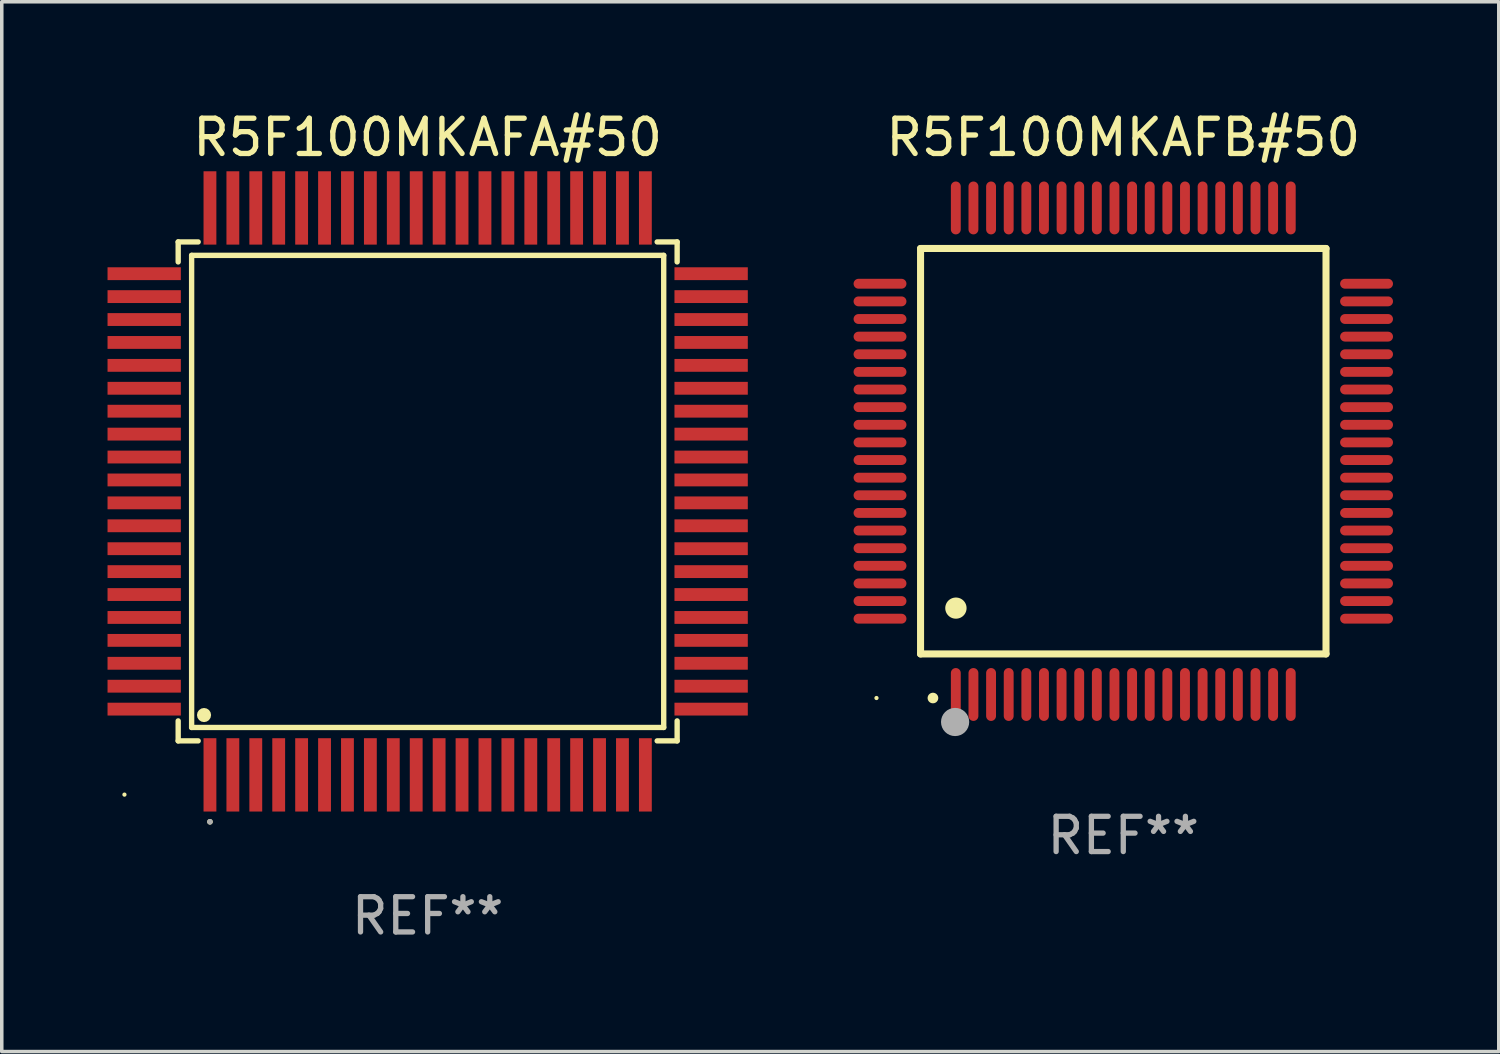
<source format=kicad_pcb>
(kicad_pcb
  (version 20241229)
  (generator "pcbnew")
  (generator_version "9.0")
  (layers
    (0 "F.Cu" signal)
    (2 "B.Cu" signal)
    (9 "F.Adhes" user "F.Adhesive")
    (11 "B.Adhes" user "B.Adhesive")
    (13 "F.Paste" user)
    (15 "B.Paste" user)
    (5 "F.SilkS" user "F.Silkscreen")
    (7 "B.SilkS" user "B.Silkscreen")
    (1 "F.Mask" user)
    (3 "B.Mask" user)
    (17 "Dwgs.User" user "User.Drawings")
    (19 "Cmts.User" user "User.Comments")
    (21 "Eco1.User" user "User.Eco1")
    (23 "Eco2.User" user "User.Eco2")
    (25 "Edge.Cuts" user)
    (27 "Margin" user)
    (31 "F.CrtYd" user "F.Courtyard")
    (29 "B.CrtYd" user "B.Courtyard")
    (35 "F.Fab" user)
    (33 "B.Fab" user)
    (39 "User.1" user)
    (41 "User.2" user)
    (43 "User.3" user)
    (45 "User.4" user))
  (footprint "R5F100MKAFA#50"
    (layer "F.Cu")
    (at 9.08 10.888)
    (property "Reference" "R5F100MKAFA#50" (at 0 -10.04 0) (layer "F.SilkS") (effects (font (size 1 1) (thickness 0.15))))
    (attr through_hole)
    (fp_line (start -7.076 -7.076) (end -7.076 -6.509) (stroke (width 0.152) (type solid)) (layer "F.SilkS"))
    (fp_line (start -7.076 7.076) (end -7.076 6.509) (stroke (width 0.152) (type solid)) (layer "F.SilkS"))
    (fp_line (start -6.695 -6.695) (end 6.695 -6.695) (stroke (width 0.152) (type solid)) (layer "F.SilkS"))
    (fp_line (start -6.695 6.695) (end -6.695 -6.695) (stroke (width 0.152) (type solid)) (layer "F.SilkS"))
    (fp_line (start -6.509 -7.076) (end -7.076 -7.076) (stroke (width 0.152) (type solid)) (layer "F.SilkS"))
    (fp_line (start -6.509 7.076) (end -7.076 7.076) (stroke (width 0.152) (type solid)) (layer "F.SilkS"))
    (fp_line (start 6.509 -7.076) (end 7.076 -7.076) (stroke (width 0.152) (type solid)) (layer "F.SilkS"))
    (fp_line (start 6.509 7.076) (end 7.076 7.076) (stroke (width 0.152) (type solid)) (layer "F.SilkS"))
    (fp_line (start 6.695 -6.695) (end 6.695 6.695) (stroke (width 0.152) (type solid)) (layer "F.SilkS"))
    (fp_line (start 6.695 6.695) (end -6.695 6.695) (stroke (width 0.152) (type solid)) (layer "F.SilkS"))
    (fp_line (start 7.076 -7.076) (end 7.076 -6.509) (stroke (width 0.152) (type solid)) (layer "F.SilkS"))
    (fp_line (start 7.076 7.076) (end 7.076 6.509) (stroke (width 0.152) (type solid)) (layer "F.SilkS"))
    (fp_circle (center -8.6 8.6) (end -8.57 8.6) (stroke (width 0.06) (type solid)) (fill no) (layer "F.SilkS"))
    (fp_circle (center -6.343 6.343) (end -6.243 6.343) (stroke (width 0.2) (type solid)) (fill no) (layer "F.SilkS"))
    (fp_circle (center -6.175 9.371) (end -6.135 9.371) (stroke (width 0.08) (type solid)) (fill no) (layer "F.SilkS"))
    (fp_circle (center -6.175 9.371) (end -6.135 9.371) (stroke (width 0.08) (type solid)) (fill no) (layer "F.Fab"))
    (fp_text user "REF**" (at 0 12.04 0) (layer "F.Fab") (effects (font (size 1 1) (thickness 0.15))))
    (pad "1" smd rect (at -6.175 8.04) (size 0.364 2.08) (layers "F.Cu" "F.Mask" "F.Paste"))
    (pad "2" smd rect (at -5.525 8.04) (size 0.364 2.08) (layers "F.Cu" "F.Mask" "F.Paste"))
    (pad "3" smd rect (at -4.875 8.04) (size 0.364 2.08) (layers "F.Cu" "F.Mask" "F.Paste"))
    (pad "4" smd rect (at -4.225 8.04) (size 0.364 2.08) (layers "F.Cu" "F.Mask" "F.Paste"))
    (pad "5" smd rect (at -3.575 8.04) (size 0.364 2.08) (layers "F.Cu" "F.Mask" "F.Paste"))
    (pad "6" smd rect (at -2.925 8.04) (size 0.364 2.08) (layers "F.Cu" "F.Mask" "F.Paste"))
    (pad "7" smd rect (at -2.275 8.04) (size 0.364 2.08) (layers "F.Cu" "F.Mask" "F.Paste"))
    (pad "8" smd rect (at -1.625 8.04) (size 0.364 2.08) (layers "F.Cu" "F.Mask" "F.Paste"))
    (pad "9" smd rect (at -0.975 8.04) (size 0.364 2.08) (layers "F.Cu" "F.Mask" "F.Paste"))
    (pad "10" smd rect (at -0.325 8.04) (size 0.364 2.08) (layers "F.Cu" "F.Mask" "F.Paste"))
    (pad "11" smd rect (at 0.325 8.04) (size 0.364 2.08) (layers "F.Cu" "F.Mask" "F.Paste"))
    (pad "12" smd rect (at 0.975 8.04) (size 0.364 2.08) (layers "F.Cu" "F.Mask" "F.Paste"))
    (pad "13" smd rect (at 1.625 8.04) (size 0.364 2.08) (layers "F.Cu" "F.Mask" "F.Paste"))
    (pad "14" smd rect (at 2.275 8.04) (size 0.364 2.08) (layers "F.Cu" "F.Mask" "F.Paste"))
    (pad "15" smd rect (at 2.925 8.04) (size 0.364 2.08) (layers "F.Cu" "F.Mask" "F.Paste"))
    (pad "16" smd rect (at 3.575 8.04) (size 0.364 2.08) (layers "F.Cu" "F.Mask" "F.Paste"))
    (pad "17" smd rect (at 4.225 8.04) (size 0.364 2.08) (layers "F.Cu" "F.Mask" "F.Paste"))
    (pad "18" smd rect (at 4.875 8.04) (size 0.364 2.08) (layers "F.Cu" "F.Mask" "F.Paste"))
    (pad "19" smd rect (at 5.525 8.04) (size 0.364 2.08) (layers "F.Cu" "F.Mask" "F.Paste"))
    (pad "20" smd rect (at 6.175 8.04) (size 0.364 2.08) (layers "F.Cu" "F.Mask" "F.Paste"))
    (pad "21" smd rect (at 8.04 6.175) (size 2.08 0.364) (layers "F.Cu" "F.Mask" "F.Paste"))
    (pad "22" smd rect (at 8.04 5.525) (size 2.08 0.364) (layers "F.Cu" "F.Mask" "F.Paste"))
    (pad "23" smd rect (at 8.04 4.875) (size 2.08 0.364) (layers "F.Cu" "F.Mask" "F.Paste"))
    (pad "24" smd rect (at 8.04 4.225) (size 2.08 0.364) (layers "F.Cu" "F.Mask" "F.Paste"))
    (pad "25" smd rect (at 8.04 3.575) (size 2.08 0.364) (layers "F.Cu" "F.Mask" "F.Paste"))
    (pad "26" smd rect (at 8.04 2.925) (size 2.08 0.364) (layers "F.Cu" "F.Mask" "F.Paste"))
    (pad "27" smd rect (at 8.04 2.275) (size 2.08 0.364) (layers "F.Cu" "F.Mask" "F.Paste"))
    (pad "28" smd rect (at 8.04 1.625) (size 2.08 0.364) (layers "F.Cu" "F.Mask" "F.Paste"))
    (pad "29" smd rect (at 8.04 0.975) (size 2.08 0.364) (layers "F.Cu" "F.Mask" "F.Paste"))
    (pad "30" smd rect (at 8.04 0.325) (size 2.08 0.364) (layers "F.Cu" "F.Mask" "F.Paste"))
    (pad "31" smd rect (at 8.04 -0.325) (size 2.08 0.364) (layers "F.Cu" "F.Mask" "F.Paste"))
    (pad "32" smd rect (at 8.04 -0.975) (size 2.08 0.364) (layers "F.Cu" "F.Mask" "F.Paste"))
    (pad "33" smd rect (at 8.04 -1.625) (size 2.08 0.364) (layers "F.Cu" "F.Mask" "F.Paste"))
    (pad "34" smd rect (at 8.04 -2.275) (size 2.08 0.364) (layers "F.Cu" "F.Mask" "F.Paste"))
    (pad "35" smd rect (at 8.04 -2.925) (size 2.08 0.364) (layers "F.Cu" "F.Mask" "F.Paste"))
    (pad "36" smd rect (at 8.04 -3.575) (size 2.08 0.364) (layers "F.Cu" "F.Mask" "F.Paste"))
    (pad "37" smd rect (at 8.04 -4.225) (size 2.08 0.364) (layers "F.Cu" "F.Mask" "F.Paste"))
    (pad "38" smd rect (at 8.04 -4.875) (size 2.08 0.364) (layers "F.Cu" "F.Mask" "F.Paste"))
    (pad "39" smd rect (at 8.04 -5.525) (size 2.08 0.364) (layers "F.Cu" "F.Mask" "F.Paste"))
    (pad "40" smd rect (at 8.04 -6.175) (size 2.08 0.364) (layers "F.Cu" "F.Mask" "F.Paste"))
    (pad "41" smd rect (at 6.175 -8.04) (size 0.364 2.08) (layers "F.Cu" "F.Mask" "F.Paste"))
    (pad "42" smd rect (at 5.525 -8.04) (size 0.364 2.08) (layers "F.Cu" "F.Mask" "F.Paste"))
    (pad "43" smd rect (at 4.875 -8.04) (size 0.364 2.08) (layers "F.Cu" "F.Mask" "F.Paste"))
    (pad "44" smd rect (at 4.225 -8.04) (size 0.364 2.08) (layers "F.Cu" "F.Mask" "F.Paste"))
    (pad "45" smd rect (at 3.575 -8.04) (size 0.364 2.08) (layers "F.Cu" "F.Mask" "F.Paste"))
    (pad "46" smd rect (at 2.925 -8.04) (size 0.364 2.08) (layers "F.Cu" "F.Mask" "F.Paste"))
    (pad "47" smd rect (at 2.275 -8.04) (size 0.364 2.08) (layers "F.Cu" "F.Mask" "F.Paste"))
    (pad "48" smd rect (at 1.625 -8.04) (size 0.364 2.08) (layers "F.Cu" "F.Mask" "F.Paste"))
    (pad "49" smd rect (at 0.975 -8.04) (size 0.364 2.08) (layers "F.Cu" "F.Mask" "F.Paste"))
    (pad "50" smd rect (at 0.325 -8.04) (size 0.364 2.08) (layers "F.Cu" "F.Mask" "F.Paste"))
    (pad "51" smd rect (at -0.325 -8.04) (size 0.364 2.08) (layers "F.Cu" "F.Mask" "F.Paste"))
    (pad "52" smd rect (at -0.975 -8.04) (size 0.364 2.08) (layers "F.Cu" "F.Mask" "F.Paste"))
    (pad "53" smd rect (at -1.625 -8.04) (size 0.364 2.08) (layers "F.Cu" "F.Mask" "F.Paste"))
    (pad "54" smd rect (at -2.275 -8.04) (size 0.364 2.08) (layers "F.Cu" "F.Mask" "F.Paste"))
    (pad "55" smd rect (at -2.925 -8.04) (size 0.364 2.08) (layers "F.Cu" "F.Mask" "F.Paste"))
    (pad "56" smd rect (at -3.575 -8.04) (size 0.364 2.08) (layers "F.Cu" "F.Mask" "F.Paste"))
    (pad "57" smd rect (at -4.225 -8.04) (size 0.364 2.08) (layers "F.Cu" "F.Mask" "F.Paste"))
    (pad "58" smd rect (at -4.875 -8.04) (size 0.364 2.08) (layers "F.Cu" "F.Mask" "F.Paste"))
    (pad "59" smd rect (at -5.525 -8.04) (size 0.364 2.08) (layers "F.Cu" "F.Mask" "F.Paste"))
    (pad "60" smd rect (at -6.175 -8.04) (size 0.364 2.08) (layers "F.Cu" "F.Mask" "F.Paste"))
    (pad "61" smd rect (at -8.04 -6.175) (size 2.08 0.364) (layers "F.Cu" "F.Mask" "F.Paste"))
    (pad "62" smd rect (at -8.04 -5.525) (size 2.08 0.364) (layers "F.Cu" "F.Mask" "F.Paste"))
    (pad "63" smd rect (at -8.04 -4.875) (size 2.08 0.364) (layers "F.Cu" "F.Mask" "F.Paste"))
    (pad "64" smd rect (at -8.04 -4.225) (size 2.08 0.364) (layers "F.Cu" "F.Mask" "F.Paste"))
    (pad "65" smd rect (at -8.04 -3.575) (size 2.08 0.364) (layers "F.Cu" "F.Mask" "F.Paste"))
    (pad "66" smd rect (at -8.04 -2.925) (size 2.08 0.364) (layers "F.Cu" "F.Mask" "F.Paste"))
    (pad "67" smd rect (at -8.04 -2.275) (size 2.08 0.364) (layers "F.Cu" "F.Mask" "F.Paste"))
    (pad "68" smd rect (at -8.04 -1.625) (size 2.08 0.364) (layers "F.Cu" "F.Mask" "F.Paste"))
    (pad "69" smd rect (at -8.04 -0.975) (size 2.08 0.364) (layers "F.Cu" "F.Mask" "F.Paste"))
    (pad "70" smd rect (at -8.04 -0.325) (size 2.08 0.364) (layers "F.Cu" "F.Mask" "F.Paste"))
    (pad "71" smd rect (at -8.04 0.325) (size 2.08 0.364) (layers "F.Cu" "F.Mask" "F.Paste"))
    (pad "72" smd rect (at -8.04 0.975) (size 2.08 0.364) (layers "F.Cu" "F.Mask" "F.Paste"))
    (pad "73" smd rect (at -8.04 1.625) (size 2.08 0.364) (layers "F.Cu" "F.Mask" "F.Paste"))
    (pad "74" smd rect (at -8.04 2.275) (size 2.08 0.364) (layers "F.Cu" "F.Mask" "F.Paste"))
    (pad "75" smd rect (at -8.04 2.925) (size 2.08 0.364) (layers "F.Cu" "F.Mask" "F.Paste"))
    (pad "76" smd rect (at -8.04 3.575) (size 2.08 0.364) (layers "F.Cu" "F.Mask" "F.Paste"))
    (pad "77" smd rect (at -8.04 4.225) (size 2.08 0.364) (layers "F.Cu" "F.Mask" "F.Paste"))
    (pad "78" smd rect (at -8.04 4.875) (size 2.08 0.364) (layers "F.Cu" "F.Mask" "F.Paste"))
    (pad "79" smd rect (at -8.04 5.525) (size 2.08 0.364) (layers "F.Cu" "F.Mask" "F.Paste"))
    (pad "80" smd rect (at -8.04 6.175) (size 2.08 0.364) (layers "F.Cu" "F.Mask" "F.Paste")))
  (footprint "R5F100MKAFB#50"
    (layer "F.Cu")
    (at 28.81 9.748)
    (property "Reference" "R5F100MKAFB#50" (at 0 -8.9 0) (layer "F.SilkS") (effects (font (size 1 1) (thickness 0.15))))
    (attr through_hole)
    (fp_line (start -5.75 -5.75) (end 5.75 -5.75) (stroke (width 0.2) (type solid)) (layer "F.SilkS"))
    (fp_line (start -5.75 5.75) (end -5.75 -5.75) (stroke (width 0.2) (type solid)) (layer "F.SilkS"))
    (fp_line (start 5.75 -5.75) (end 5.75 5.75) (stroke (width 0.2) (type solid)) (layer "F.SilkS"))
    (fp_line (start 5.75 5.75) (end -5.75 5.75) (stroke (width 0.2) (type solid)) (layer "F.SilkS"))
    (fp_arc (start -5.400051 7.000254) (mid -5.398781 7.000249) (end -5.397511 7.000254) (stroke (width 0.3) (type solid)) (layer "F.SilkS"))
    (fp_arc (start -4.749809 4.450089) (mid -4.747269 4.450078) (end -4.744729 4.450089) (stroke (width 0.6) (type solid)) (layer "F.SilkS"))
    (fp_circle (center -7 7) (end -6.97 7) (stroke (width 0.06) (type solid)) (fill no) (layer "F.SilkS"))
    (fp_circle (center -4.77 7.68) (end -4.57 7.68) (stroke (width 0.4) (type solid)) (fill no) (layer "F.Fab"))
    (fp_text user "REF**" (at 0 10.9 0) (layer "F.Fab") (effects (font (size 1 1) (thickness 0.15))))
    (pad "1" smd oval (at -4.75 6.9) (size 0.28 1.5) (layers "F.Cu" "F.Mask" "F.Paste"))
    (pad "2" smd oval (at -4.25 6.9) (size 0.28 1.5) (layers "F.Cu" "F.Mask" "F.Paste"))
    (pad "3" smd oval (at -3.75 6.9) (size 0.28 1.5) (layers "F.Cu" "F.Mask" "F.Paste"))
    (pad "4" smd oval (at -3.25 6.9) (size 0.28 1.5) (layers "F.Cu" "F.Mask" "F.Paste"))
    (pad "5" smd oval (at -2.75 6.9) (size 0.28 1.5) (layers "F.Cu" "F.Mask" "F.Paste"))
    (pad "6" smd oval (at -2.25 6.9) (size 0.28 1.5) (layers "F.Cu" "F.Mask" "F.Paste"))
    (pad "7" smd oval (at -1.75 6.9) (size 0.28 1.5) (layers "F.Cu" "F.Mask" "F.Paste"))
    (pad "8" smd oval (at -1.25 6.9) (size 0.28 1.5) (layers "F.Cu" "F.Mask" "F.Paste"))
    (pad "9" smd oval (at -0.75 6.9) (size 0.28 1.5) (layers "F.Cu" "F.Mask" "F.Paste"))
    (pad "10" smd oval (at -0.25 6.9) (size 0.28 1.5) (layers "F.Cu" "F.Mask" "F.Paste"))
    (pad "11" smd oval (at 0.25 6.9) (size 0.28 1.5) (layers "F.Cu" "F.Mask" "F.Paste"))
    (pad "12" smd oval (at 0.75 6.9) (size 0.28 1.5) (layers "F.Cu" "F.Mask" "F.Paste"))
    (pad "13" smd oval (at 1.25 6.9) (size 0.28 1.5) (layers "F.Cu" "F.Mask" "F.Paste"))
    (pad "14" smd oval (at 1.75 6.9) (size 0.28 1.5) (layers "F.Cu" "F.Mask" "F.Paste"))
    (pad "15" smd oval (at 2.25 6.9) (size 0.28 1.5) (layers "F.Cu" "F.Mask" "F.Paste"))
    (pad "16" smd oval (at 2.75 6.9) (size 0.28 1.5) (layers "F.Cu" "F.Mask" "F.Paste"))
    (pad "17" smd oval (at 3.25 6.9) (size 0.28 1.5) (layers "F.Cu" "F.Mask" "F.Paste"))
    (pad "18" smd oval (at 3.75 6.9) (size 0.28 1.5) (layers "F.Cu" "F.Mask" "F.Paste"))
    (pad "19" smd oval (at 4.25 6.9) (size 0.28 1.5) (layers "F.Cu" "F.Mask" "F.Paste"))
    (pad "20" smd oval (at 4.75 6.9) (size 0.28 1.5) (layers "F.Cu" "F.Mask" "F.Paste"))
    (pad "21" smd oval (at 6.9 4.75) (size 1.5 0.28) (layers "F.Cu" "F.Mask" "F.Paste"))
    (pad "22" smd oval (at 6.9 4.25) (size 1.5 0.28) (layers "F.Cu" "F.Mask" "F.Paste"))
    (pad "23" smd oval (at 6.9 3.75) (size 1.5 0.28) (layers "F.Cu" "F.Mask" "F.Paste"))
    (pad "24" smd oval (at 6.9 3.25) (size 1.5 0.28) (layers "F.Cu" "F.Mask" "F.Paste"))
    (pad "25" smd oval (at 6.9 2.75) (size 1.5 0.28) (layers "F.Cu" "F.Mask" "F.Paste"))
    (pad "26" smd oval (at 6.9 2.25) (size 1.5 0.28) (layers "F.Cu" "F.Mask" "F.Paste"))
    (pad "27" smd oval (at 6.9 1.75) (size 1.5 0.28) (layers "F.Cu" "F.Mask" "F.Paste"))
    (pad "28" smd oval (at 6.9 1.25) (size 1.5 0.28) (layers "F.Cu" "F.Mask" "F.Paste"))
    (pad "29" smd oval (at 6.9 0.75) (size 1.5 0.28) (layers "F.Cu" "F.Mask" "F.Paste"))
    (pad "30" smd oval (at 6.9 0.25) (size 1.5 0.28) (layers "F.Cu" "F.Mask" "F.Paste"))
    (pad "31" smd oval (at 6.9 -0.25) (size 1.5 0.28) (layers "F.Cu" "F.Mask" "F.Paste"))
    (pad "32" smd oval (at 6.9 -0.75) (size 1.5 0.28) (layers "F.Cu" "F.Mask" "F.Paste"))
    (pad "33" smd oval (at 6.9 -1.25) (size 1.5 0.28) (layers "F.Cu" "F.Mask" "F.Paste"))
    (pad "34" smd oval (at 6.9 -1.75) (size 1.5 0.28) (layers "F.Cu" "F.Mask" "F.Paste"))
    (pad "35" smd oval (at 6.9 -2.25) (size 1.5 0.28) (layers "F.Cu" "F.Mask" "F.Paste"))
    (pad "36" smd oval (at 6.9 -2.75) (size 1.5 0.28) (layers "F.Cu" "F.Mask" "F.Paste"))
    (pad "37" smd oval (at 6.9 -3.25) (size 1.5 0.28) (layers "F.Cu" "F.Mask" "F.Paste"))
    (pad "38" smd oval (at 6.9 -3.75) (size 1.5 0.28) (layers "F.Cu" "F.Mask" "F.Paste"))
    (pad "39" smd oval (at 6.9 -4.25) (size 1.5 0.28) (layers "F.Cu" "F.Mask" "F.Paste"))
    (pad "40" smd oval (at 6.9 -4.75) (size 1.5 0.28) (layers "F.Cu" "F.Mask" "F.Paste"))
    (pad "41" smd oval (at 4.75 -6.9) (size 0.28 1.5) (layers "F.Cu" "F.Mask" "F.Paste"))
    (pad "42" smd oval (at 4.25 -6.9) (size 0.28 1.5) (layers "F.Cu" "F.Mask" "F.Paste"))
    (pad "43" smd oval (at 3.75 -6.9) (size 0.28 1.5) (layers "F.Cu" "F.Mask" "F.Paste"))
    (pad "44" smd oval (at 3.25 -6.9) (size 0.28 1.5) (layers "F.Cu" "F.Mask" "F.Paste"))
    (pad "45" smd oval (at 2.75 -6.9) (size 0.28 1.5) (layers "F.Cu" "F.Mask" "F.Paste"))
    (pad "46" smd oval (at 2.25 -6.9) (size 0.28 1.5) (layers "F.Cu" "F.Mask" "F.Paste"))
    (pad "47" smd oval (at 1.75 -6.9) (size 0.28 1.5) (layers "F.Cu" "F.Mask" "F.Paste"))
    (pad "48" smd oval (at 1.25 -6.9) (size 0.28 1.5) (layers "F.Cu" "F.Mask" "F.Paste"))
    (pad "49" smd oval (at 0.75 -6.9) (size 0.28 1.5) (layers "F.Cu" "F.Mask" "F.Paste"))
    (pad "50" smd oval (at 0.25 -6.9) (size 0.28 1.5) (layers "F.Cu" "F.Mask" "F.Paste"))
    (pad "51" smd oval (at -0.25 -6.9) (size 0.28 1.5) (layers "F.Cu" "F.Mask" "F.Paste"))
    (pad "52" smd oval (at -0.75 -6.9) (size 0.28 1.5) (layers "F.Cu" "F.Mask" "F.Paste"))
    (pad "53" smd oval (at -1.25 -6.9) (size 0.28 1.5) (layers "F.Cu" "F.Mask" "F.Paste"))
    (pad "54" smd oval (at -1.75 -6.9) (size 0.28 1.5) (layers "F.Cu" "F.Mask" "F.Paste"))
    (pad "55" smd oval (at -2.25 -6.9) (size 0.28 1.5) (layers "F.Cu" "F.Mask" "F.Paste"))
    (pad "56" smd oval (at -2.75 -6.9) (size 0.28 1.5) (layers "F.Cu" "F.Mask" "F.Paste"))
    (pad "57" smd oval (at -3.25 -6.9) (size 0.28 1.5) (layers "F.Cu" "F.Mask" "F.Paste"))
    (pad "58" smd oval (at -3.75 -6.9) (size 0.28 1.5) (layers "F.Cu" "F.Mask" "F.Paste"))
    (pad "59" smd oval (at -4.25 -6.9) (size 0.28 1.5) (layers "F.Cu" "F.Mask" "F.Paste"))
    (pad "60" smd oval (at -4.75 -6.9) (size 0.28 1.5) (layers "F.Cu" "F.Mask" "F.Paste"))
    (pad "61" smd oval (at -6.9 -4.75) (size 1.5 0.28) (layers "F.Cu" "F.Mask" "F.Paste"))
    (pad "62" smd oval (at -6.9 -4.25) (size 1.5 0.28) (layers "F.Cu" "F.Mask" "F.Paste"))
    (pad "63" smd oval (at -6.9 -3.75) (size 1.5 0.28) (layers "F.Cu" "F.Mask" "F.Paste"))
    (pad "64" smd oval (at -6.9 -3.25) (size 1.5 0.28) (layers "F.Cu" "F.Mask" "F.Paste"))
    (pad "65" smd oval (at -6.9 -2.75) (size 1.5 0.28) (layers "F.Cu" "F.Mask" "F.Paste"))
    (pad "66" smd oval (at -6.9 -2.25) (size 1.5 0.28) (layers "F.Cu" "F.Mask" "F.Paste"))
    (pad "67" smd oval (at -6.9 -1.75) (size 1.5 0.28) (layers "F.Cu" "F.Mask" "F.Paste"))
    (pad "68" smd oval (at -6.9 -1.25) (size 1.5 0.28) (layers "F.Cu" "F.Mask" "F.Paste"))
    (pad "69" smd oval (at -6.9 -0.75) (size 1.5 0.28) (layers "F.Cu" "F.Mask" "F.Paste"))
    (pad "70" smd oval (at -6.9 -0.25) (size 1.5 0.28) (layers "F.Cu" "F.Mask" "F.Paste"))
    (pad "71" smd oval (at -6.9 0.25) (size 1.5 0.28) (layers "F.Cu" "F.Mask" "F.Paste"))
    (pad "72" smd oval (at -6.9 0.75) (size 1.5 0.28) (layers "F.Cu" "F.Mask" "F.Paste"))
    (pad "73" smd oval (at -6.9 1.25) (size 1.5 0.28) (layers "F.Cu" "F.Mask" "F.Paste"))
    (pad "74" smd oval (at -6.9 1.75) (size 1.5 0.28) (layers "F.Cu" "F.Mask" "F.Paste"))
    (pad "75" smd oval (at -6.9 2.25) (size 1.5 0.28) (layers "F.Cu" "F.Mask" "F.Paste"))
    (pad "76" smd oval (at -6.9 2.75) (size 1.5 0.28) (layers "F.Cu" "F.Mask" "F.Paste"))
    (pad "77" smd oval (at -6.9 3.25) (size 1.5 0.28) (layers "F.Cu" "F.Mask" "F.Paste"))
    (pad "78" smd oval (at -6.9 3.75) (size 1.5 0.28) (layers "F.Cu" "F.Mask" "F.Paste"))
    (pad "79" smd oval (at -6.9 4.25) (size 1.5 0.28) (layers "F.Cu" "F.Mask" "F.Paste"))
    (pad "80" smd oval (at -6.9 4.75) (size 1.5 0.28) (layers "F.Cu" "F.Mask" "F.Paste")))
  (gr_rect
    (start -3 -3)
    (end 39.46 26.776)
    (stroke (width 0.1) (type default))
    (fill no)
    (layer "Edge.Cuts")))
</source>
